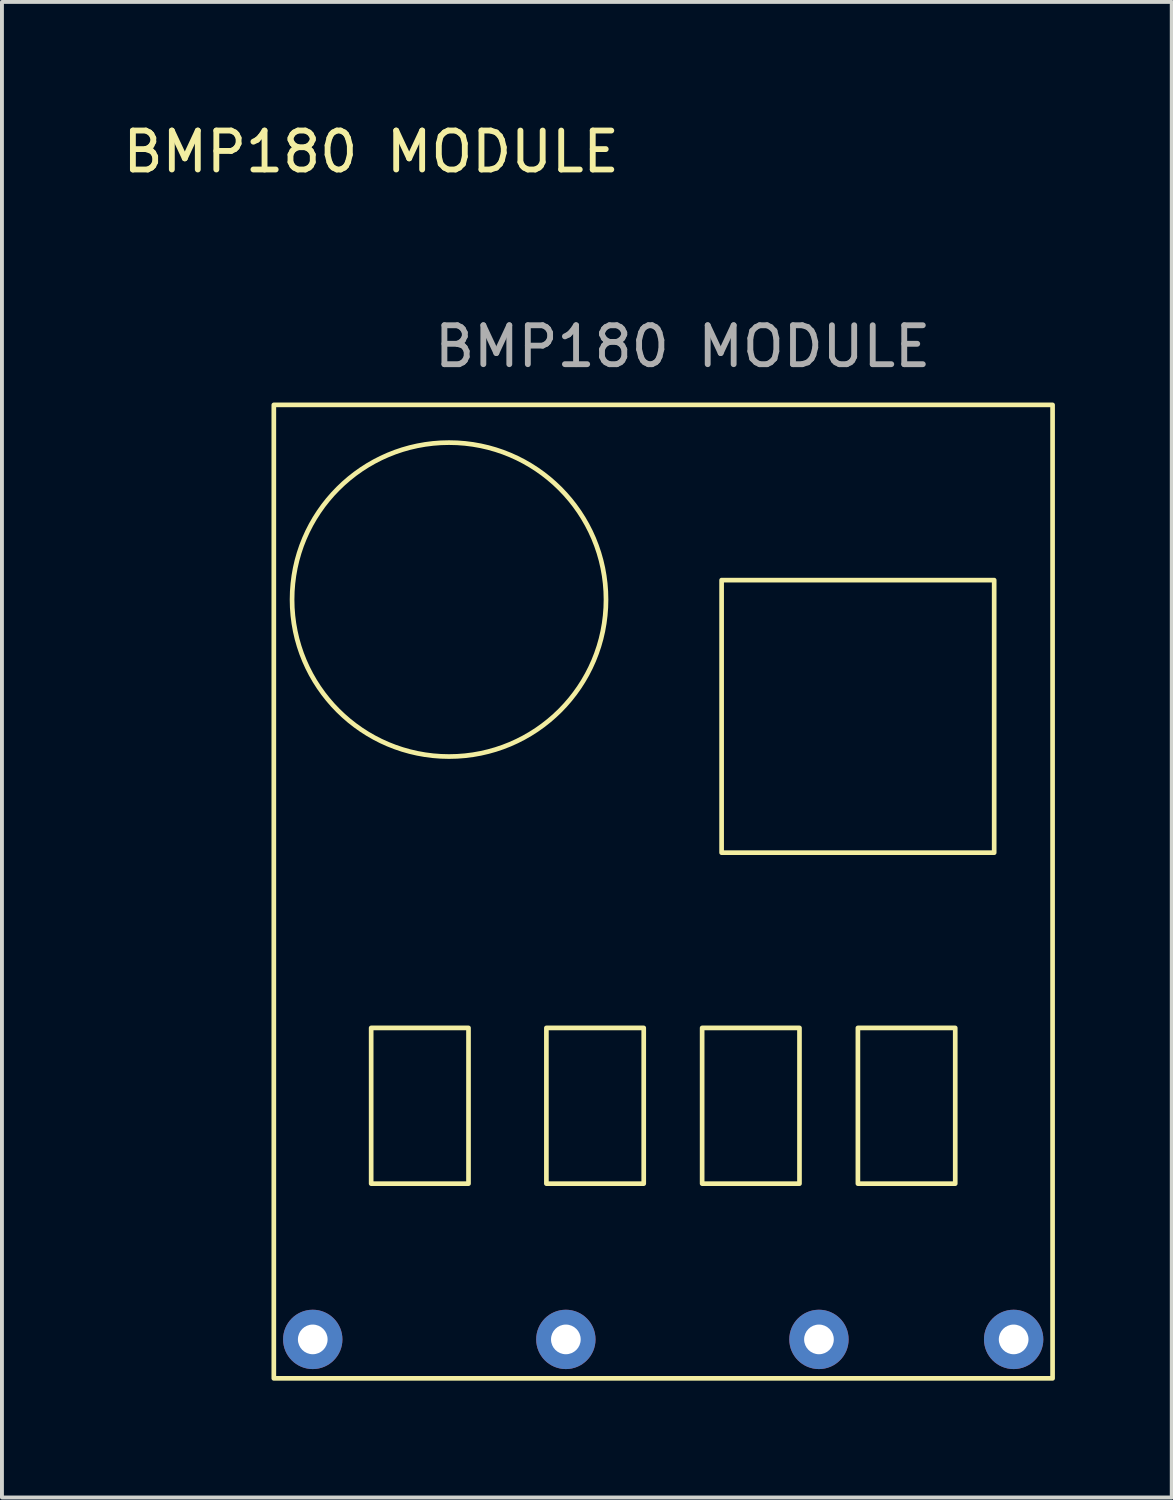
<source format=kicad_pcb>
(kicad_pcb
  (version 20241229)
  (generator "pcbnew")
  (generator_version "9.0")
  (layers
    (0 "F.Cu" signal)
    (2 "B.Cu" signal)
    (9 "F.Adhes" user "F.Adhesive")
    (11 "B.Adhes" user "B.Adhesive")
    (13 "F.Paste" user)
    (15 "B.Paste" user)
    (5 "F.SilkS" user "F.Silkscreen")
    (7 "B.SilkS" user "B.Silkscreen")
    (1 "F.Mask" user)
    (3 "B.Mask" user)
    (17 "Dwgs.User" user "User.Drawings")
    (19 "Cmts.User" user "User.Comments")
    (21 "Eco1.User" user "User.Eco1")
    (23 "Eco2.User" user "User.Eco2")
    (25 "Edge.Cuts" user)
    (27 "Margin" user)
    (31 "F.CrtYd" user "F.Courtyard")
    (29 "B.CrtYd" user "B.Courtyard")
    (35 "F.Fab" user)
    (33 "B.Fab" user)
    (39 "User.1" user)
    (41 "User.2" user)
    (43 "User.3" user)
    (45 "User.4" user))
  (footprint "BMP180 MODULE"
    (layer "F.Cu")
    (at 6.482 1.348)
    (property "Reference" "BMP180 MODULE" (at 0 -0.5 0) (unlocked yes) (layer "F.SilkS") (effects (font (size 1 1) (thickness 0.15))))
    (attr through_hole)
    (fp_rect (start -2.5 6) (end 17.5 31) (stroke (width 0.12) (type solid)) (fill no) (layer "F.SilkS"))
    (fp_rect (start 0 22) (end 2.5 26) (stroke (width 0.12) (type solid)) (fill no) (layer "F.SilkS"))
    (fp_rect (start 4.5 22) (end 7 26) (stroke (width 0.12) (type solid)) (fill no) (layer "F.SilkS"))
    (fp_rect (start 8.5 22) (end 11 26) (stroke (width 0.12) (type solid)) (fill no) (layer "F.SilkS"))
    (fp_rect (start 9 10.5) (end 16 17.5) (stroke (width 0.12) (type solid)) (fill no) (layer "F.SilkS"))
    (fp_rect (start 12.5 22) (end 15 26) (stroke (width 0.12) (type solid)) (fill no) (layer "F.SilkS"))
    (fp_circle (center 2 11) (end 5.5 13) (stroke (width 0.12) (type solid)) (fill no) (layer "F.SilkS"))
    (fp_text user "${REFERENCE}" (at 8 4.5 0) (unlocked yes) (layer "F.Fab") (effects (font (size 1 1) (thickness 0.15))))
    (pad "1" thru_hole circle (at -1.5 30) (size 1.524 1.524) (drill 0.762) (layers "*.Cu" "*.Mask"))
    (pad "2" thru_hole circle (at 5 30) (size 1.524 1.524) (drill 0.762) (layers "*.Cu" "*.Mask"))
    (pad "3" thru_hole circle (at 11.5 30) (size 1.524 1.524) (drill 0.762) (layers "*.Cu" "*.Mask"))
    (pad "4" thru_hole circle (at 16.5 30) (size 1.524 1.524) (drill 0.762) (layers "*.Cu" "*.Mask")))
  (gr_rect
    (start -3 -3)
    (end 27.042 35.408)
    (stroke (width 0.1) (type default))
    (fill no)
    (layer "Edge.Cuts")))
</source>
